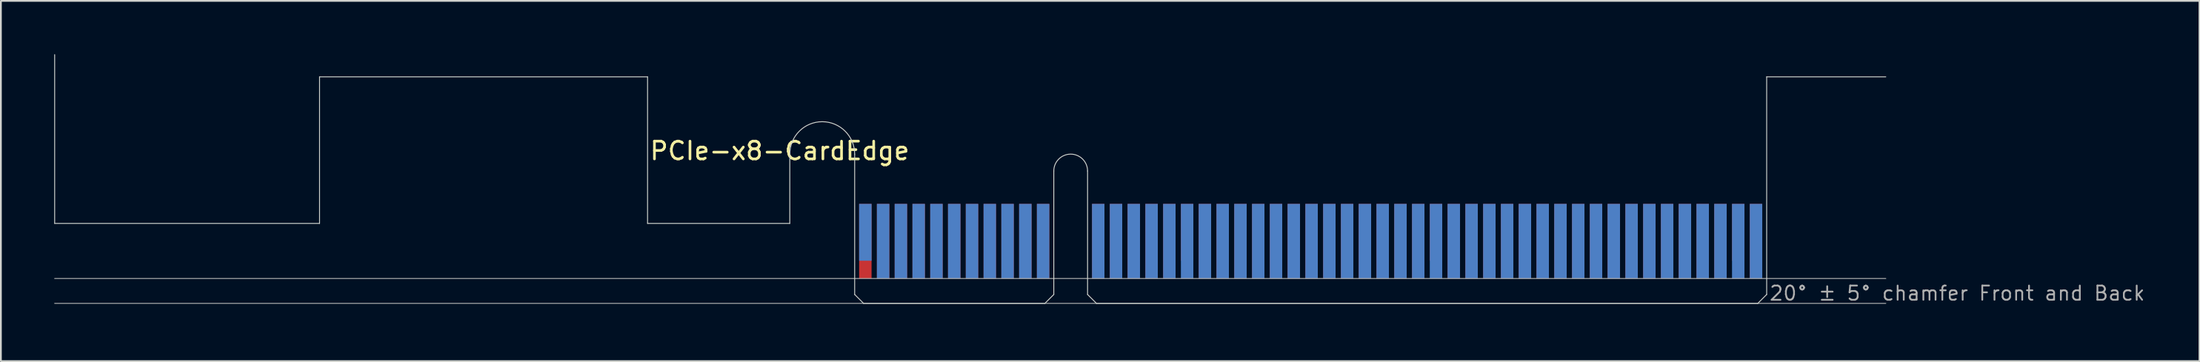
<source format=kicad_pcb>
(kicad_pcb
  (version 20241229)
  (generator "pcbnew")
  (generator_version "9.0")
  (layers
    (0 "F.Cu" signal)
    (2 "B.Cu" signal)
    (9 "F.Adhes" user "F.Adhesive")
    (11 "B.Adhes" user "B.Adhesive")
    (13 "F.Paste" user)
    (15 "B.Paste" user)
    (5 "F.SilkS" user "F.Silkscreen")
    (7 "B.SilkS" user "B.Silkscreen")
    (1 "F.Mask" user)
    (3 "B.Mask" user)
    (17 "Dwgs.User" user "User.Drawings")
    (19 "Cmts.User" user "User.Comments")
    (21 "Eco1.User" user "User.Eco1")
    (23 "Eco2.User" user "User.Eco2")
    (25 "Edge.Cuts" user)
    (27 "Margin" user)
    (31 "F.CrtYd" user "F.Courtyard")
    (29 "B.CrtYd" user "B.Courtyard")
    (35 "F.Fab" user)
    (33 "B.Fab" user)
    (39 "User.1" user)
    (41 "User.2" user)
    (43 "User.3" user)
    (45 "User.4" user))
  (footprint "PCIe-x8-CardEdge"
    (layer "F.Cu")
    (at 45.025 14.025)
    (property "Reference" "PCIe-x8-CardEdge" (at -11.6 -8 0) (layer "F.SilkS") (effects (font (size 1 1) (thickness 0.15)) (justify left bottom)))
    (attr exclude_from_pos_files exclude_from_bom)
    (fp_poly (pts (xy -3.65 -4.5) (xy -11.65 -4.5) (xy -11.65 -7.95) (xy -3.65 -7.95)) (stroke (width 0.1) (type solid)) (fill yes) (layer "F.Mask"))
    (fp_poly (pts (xy 11.2 -5.45) (xy 0 -5.45) (xy 0 0) (xy 11.2 0)) (stroke (width 0.1) (type solid)) (fill yes) (layer "F.Mask"))
    (fp_poly (pts (xy 51.3 -5.45) (xy 13.1 -5.45) (xy 13.1 0) (xy 51.3 0)) (stroke (width 0.1) (type solid)) (fill yes) (layer "F.Mask"))
    (fp_poly (pts (xy -3.65 -7.95) (xy -11.65 -7.95) (xy -11.65 -4.5) (xy -3.65 -4.5)) (stroke (width 0.1) (type solid)) (fill yes) (layer "B.Mask"))
    (fp_poly (pts (xy 11.2 0) (xy 0 0) (xy 0 -5.45) (xy 11.2 -5.45)) (stroke (width 0.1) (type solid)) (fill yes) (layer "B.Mask"))
    (fp_poly (pts (xy 51.3 -5.45) (xy 13.1 -5.45) (xy 13.1 0) (xy 51.3 0)) (stroke (width 0.1) (type solid)) (fill yes) (layer "B.Mask"))
    (fp_line (start -45 -4.5) (end -45 -14) (stroke (width 0.05) (type solid)) (layer "Edge.Cuts"))
    (fp_line (start -30.1 -12.75) (end -30.1 -4.5) (stroke (width 0.05) (type solid)) (layer "Edge.Cuts"))
    (fp_line (start -30.1 -4.5) (end -45 -4.5) (stroke (width 0.05) (type solid)) (layer "Edge.Cuts"))
    (fp_line (start -11.65 -12.75) (end -30.1 -12.75) (stroke (width 0.05) (type solid)) (layer "Edge.Cuts"))
    (fp_line (start -11.65 -4.5) (end -11.65 -12.75) (stroke (width 0.05) (type solid)) (layer "Edge.Cuts"))
    (fp_line (start -3.65 -4.5) (end -11.65 -4.5) (stroke (width 0.05) (type solid)) (layer "Edge.Cuts"))
    (fp_line (start -3.65 -4.5) (end -3.65 -8.4) (stroke (width 0.05) (type solid)) (layer "Edge.Cuts"))
    (fp_line (start 0 -0.5) (end 0 -8.4) (stroke (width 0.05) (type solid)) (layer "Edge.Cuts"))
    (fp_line (start 0.5 0) (end 0 -0.5) (stroke (width 0.05) (type solid)) (layer "Edge.Cuts"))
    (fp_line (start 0.5 0) (end 10.7 0) (stroke (width 0.05) (type solid)) (layer "Edge.Cuts"))
    (fp_line (start 10.7 0) (end 11.2 -0.5) (stroke (width 0.05) (type solid)) (layer "Edge.Cuts"))
    (fp_line (start 11.2 -0.5) (end 11.2 -7.45) (stroke (width 0.05) (type solid)) (layer "Edge.Cuts"))
    (fp_line (start 13.1 -0.5) (end 13.1 -7.45) (stroke (width 0.05) (type solid)) (layer "Edge.Cuts"))
    (fp_line (start 13.6 0) (end 13.1 -0.5) (stroke (width 0.05) (type solid)) (layer "Edge.Cuts"))
    (fp_line (start 50.8 0) (end 13.6 0) (stroke (width 0.05) (type solid)) (layer "Edge.Cuts"))
    (fp_line (start 50.8 0) (end 51.3 -0.5) (stroke (width 0.05) (type solid)) (layer "Edge.Cuts"))
    (fp_line (start 51.3 -12.75) (end 58 -12.75) (stroke (width 0.05) (type solid)) (layer "Edge.Cuts"))
    (fp_line (start 51.3 -0.5) (end 51.3 -12.75) (stroke (width 0.05) (type solid)) (layer "Edge.Cuts"))
    (fp_arc (start -3.65 -8.4) (mid -1.825 -10.225) (end 0 -8.4) (stroke (width 0.05) (type solid)) (layer "Edge.Cuts"))
    (fp_arc (start 11.2 -7.45) (mid 12.15 -8.4) (end 13.1 -7.45) (stroke (width 0.05) (type solid)) (layer "Edge.Cuts"))
    (fp_line (start -45 -1.4) (end 58 -1.4) (stroke (width 0.05) (type solid)) (layer "F.Fab"))
    (fp_line (start -45 0) (end 58 0) (stroke (width 0.05) (type solid)) (layer "F.Fab"))
    (fp_text user "20° ± 5° chamfer Front and Back" (at 51.4 -0.1 0) (layer "F.Fab") (effects (font (size 0.8 0.8) (thickness 0.1)) (justify left bottom)))
    (pad "A1" smd rect (at 0.6 -4) (size 0.7 3.2) (layers "B.Cu"))
    (pad "A2" smd rect (at 1.6 -3.5) (size 0.7 4.2) (layers "B.Cu"))
    (pad "A3" smd rect (at 2.6 -3.5) (size 0.7 4.2) (layers "B.Cu"))
    (pad "A4" smd rect (at 3.6 -3.5) (size 0.7 4.2) (layers "B.Cu"))
    (pad "A5" smd rect (at 4.6 -3.5) (size 0.7 4.2) (layers "B.Cu"))
    (pad "A6" smd rect (at 5.6 -3.5) (size 0.7 4.2) (layers "B.Cu"))
    (pad "A7" smd rect (at 6.6 -3.5) (size 0.7 4.2) (layers "B.Cu"))
    (pad "A8" smd rect (at 7.6 -3.5) (size 0.7 4.2) (layers "B.Cu"))
    (pad "A9" smd rect (at 8.6 -3.5) (size 0.7 4.2) (layers "B.Cu"))
    (pad "A10" smd rect (at 9.6 -3.5) (size 0.7 4.2) (layers "B.Cu"))
    (pad "A11" smd rect (at 10.6 -3.5) (size 0.7 4.2) (layers "B.Cu"))
    (pad "A12" smd rect (at 13.7 -3.5) (size 0.7 4.2) (layers "B.Cu"))
    (pad "A13" smd rect (at 14.7 -3.5) (size 0.7 4.2) (layers "B.Cu"))
    (pad "A14" smd rect (at 15.7 -3.5) (size 0.7 4.2) (layers "B.Cu"))
    (pad "A15" smd rect (at 16.7 -3.5) (size 0.7 4.2) (layers "B.Cu"))
    (pad "A16" smd rect (at 17.7 -3.5) (size 0.7 4.2) (layers "B.Cu"))
    (pad "A17" smd rect (at 18.7 -3.5) (size 0.7 4.2) (layers "B.Cu"))
    (pad "A18" smd rect (at 19.7 -3.5) (size 0.7 4.2) (layers "B.Cu"))
    (pad "A19" smd rect (at 20.7 -3.5) (size 0.7 4.2) (layers "B.Cu"))
    (pad "A20" smd rect (at 21.7 -3.5) (size 0.7 4.2) (layers "B.Cu"))
    (pad "A21" smd rect (at 22.7 -3.5) (size 0.7 4.2) (layers "B.Cu"))
    (pad "A22" smd rect (at 23.7 -3.5) (size 0.7 4.2) (layers "B.Cu"))
    (pad "A23" smd rect (at 24.7 -3.5) (size 0.7 4.2) (layers "B.Cu"))
    (pad "A24" smd rect (at 25.7 -3.5) (size 0.7 4.2) (layers "B.Cu"))
    (pad "A25" smd rect (at 26.7 -3.5) (size 0.7 4.2) (layers "B.Cu"))
    (pad "A26" smd rect (at 27.7 -3.5) (size 0.7 4.2) (layers "B.Cu"))
    (pad "A27" smd rect (at 28.7 -3.5) (size 0.7 4.2) (layers "B.Cu"))
    (pad "A28" smd rect (at 29.7 -3.5) (size 0.7 4.2) (layers "B.Cu"))
    (pad "A29" smd rect (at 30.7 -3.5) (size 0.7 4.2) (layers "B.Cu"))
    (pad "A30" smd rect (at 31.7 -3.5) (size 0.7 4.2) (layers "B.Cu"))
    (pad "A31" smd rect (at 32.7 -3.5) (size 0.7 4.2) (layers "B.Cu"))
    (pad "A32" smd rect (at 33.7 -3.5) (size 0.7 4.2) (layers "B.Cu"))
    (pad "A33" smd rect (at 34.7 -3.5) (size 0.7 4.2) (layers "B.Cu"))
    (pad "A34" smd rect (at 35.7 -3.5) (size 0.7 4.2) (layers "B.Cu"))
    (pad "A35" smd rect (at 36.7 -3.5) (size 0.7 4.2) (layers "B.Cu"))
    (pad "A36" smd rect (at 37.7 -3.5) (size 0.7 4.2) (layers "B.Cu"))
    (pad "A37" smd rect (at 38.7 -3.5) (size 0.7 4.2) (layers "B.Cu"))
    (pad "A38" smd rect (at 39.7 -3.5) (size 0.7 4.2) (layers "B.Cu"))
    (pad "A39" smd rect (at 40.7 -3.5) (size 0.7 4.2) (layers "B.Cu"))
    (pad "A40" smd rect (at 41.7 -3.5) (size 0.7 4.2) (layers "B.Cu"))
    (pad "A41" smd rect (at 42.7 -3.5) (size 0.7 4.2) (layers "B.Cu"))
    (pad "A42" smd rect (at 43.7 -3.5) (size 0.7 4.2) (layers "B.Cu"))
    (pad "A43" smd rect (at 44.7 -3.5) (size 0.7 4.2) (layers "B.Cu"))
    (pad "A44" smd rect (at 45.7 -3.5) (size 0.7 4.2) (layers "B.Cu"))
    (pad "A45" smd rect (at 46.7 -3.5) (size 0.7 4.2) (layers "B.Cu"))
    (pad "A46" smd rect (at 47.7 -3.5) (size 0.7 4.2) (layers "B.Cu"))
    (pad "A47" smd rect (at 48.7 -3.5) (size 0.7 4.2) (layers "B.Cu"))
    (pad "A48" smd rect (at 49.7 -3.5) (size 0.7 4.2) (layers "B.Cu"))
    (pad "A49" smd rect (at 50.7 -3.5) (size 0.7 4.2) (layers "B.Cu"))
    (pad "B1" smd rect (at 0.6 -3.5) (size 0.7 4.2) (layers "F.Cu"))
    (pad "B2" smd rect (at 1.6 -3.5) (size 0.7 4.2) (layers "F.Cu"))
    (pad "B3" smd rect (at 2.6 -3.5) (size 0.7 4.2) (layers "F.Cu"))
    (pad "B4" smd rect (at 3.6 -3.5) (size 0.7 4.2) (layers "F.Cu"))
    (pad "B5" smd rect (at 4.6 -3.5) (size 0.7 4.2) (layers "F.Cu"))
    (pad "B6" smd rect (at 5.6 -3.5) (size 0.7 4.2) (layers "F.Cu"))
    (pad "B7" smd rect (at 6.6 -3.5) (size 0.7 4.2) (layers "F.Cu"))
    (pad "B8" smd rect (at 7.6 -3.5) (size 0.7 4.2) (layers "F.Cu"))
    (pad "B9" smd rect (at 8.6 -3.5) (size 0.7 4.2) (layers "F.Cu"))
    (pad "B10" smd rect (at 9.6 -3.5) (size 0.7 4.2) (layers "F.Cu"))
    (pad "B11" smd rect (at 10.6 -3.5) (size 0.7 4.2) (layers "F.Cu"))
    (pad "B12" smd rect (at 13.7 -3.5) (size 0.7 4.2) (layers "F.Cu"))
    (pad "B13" smd rect (at 14.7 -3.5) (size 0.7 4.2) (layers "F.Cu"))
    (pad "B14" smd rect (at 15.7 -3.5) (size 0.7 4.2) (layers "F.Cu"))
    (pad "B15" smd rect (at 16.7 -3.5) (size 0.7 4.2) (layers "F.Cu"))
    (pad "B16" smd rect (at 17.7 -3.5) (size 0.7 4.2) (layers "F.Cu"))
    (pad "B17" smd rect (at 18.7 -4) (size 0.7 3.2) (layers "F.Cu"))
    (pad "B18" smd rect (at 19.7 -3.5) (size 0.7 4.2) (layers "F.Cu"))
    (pad "B19" smd rect (at 20.7 -3.5) (size 0.7 4.2) (layers "F.Cu"))
    (pad "B20" smd rect (at 21.7 -3.5) (size 0.7 4.2) (layers "F.Cu"))
    (pad "B21" smd rect (at 22.7 -3.5) (size 0.7 4.2) (layers "F.Cu"))
    (pad "B22" smd rect (at 23.7 -3.5) (size 0.7 4.2) (layers "F.Cu"))
    (pad "B23" smd rect (at 24.7 -3.5) (size 0.7 4.2) (layers "F.Cu"))
    (pad "B24" smd rect (at 25.7 -3.5) (size 0.7 4.2) (layers "F.Cu"))
    (pad "B25" smd rect (at 26.7 -3.5) (size 0.7 4.2) (layers "F.Cu"))
    (pad "B26" smd rect (at 27.7 -3.5) (size 0.7 4.2) (layers "F.Cu"))
    (pad "B27" smd rect (at 28.7 -3.5) (size 0.7 4.2) (layers "F.Cu"))
    (pad "B28" smd rect (at 29.7 -3.5) (size 0.7 4.2) (layers "F.Cu"))
    (pad "B29" smd rect (at 30.7 -3.5) (size 0.7 4.2) (layers "F.Cu"))
    (pad "B30" smd rect (at 31.7 -3.5) (size 0.7 4.2) (layers "F.Cu"))
    (pad "B31" smd rect (at 32.7 -4) (size 0.7 3.2) (layers "F.Cu"))
    (pad "B32" smd rect (at 33.7 -3.5) (size 0.7 4.2) (layers "F.Cu"))
    (pad "B33" smd rect (at 34.7 -3.5) (size 0.7 4.2) (layers "F.Cu"))
    (pad "B34" smd rect (at 35.7 -3.5) (size 0.7 4.2) (layers "F.Cu"))
    (pad "B35" smd rect (at 36.7 -3.5) (size 0.7 4.2) (layers "F.Cu"))
    (pad "B36" smd rect (at 37.7 -3.5) (size 0.7 4.2) (layers "F.Cu"))
    (pad "B37" smd rect (at 38.7 -3.5) (size 0.7 4.2) (layers "F.Cu"))
    (pad "B38" smd rect (at 39.7 -3.5) (size 0.7 4.2) (layers "F.Cu"))
    (pad "B39" smd rect (at 40.7 -3.5) (size 0.7 4.2) (layers "F.Cu"))
    (pad "B40" smd rect (at 41.7 -3.5) (size 0.7 4.2) (layers "F.Cu"))
    (pad "B41" smd rect (at 42.7 -3.5) (size 0.7 4.2) (layers "F.Cu"))
    (pad "B42" smd rect (at 43.7 -3.5) (size 0.7 4.2) (layers "F.Cu"))
    (pad "B43" smd rect (at 44.7 -3.5) (size 0.7 4.2) (layers "F.Cu"))
    (pad "B44" smd rect (at 45.7 -3.5) (size 0.7 4.2) (layers "F.Cu"))
    (pad "B45" smd rect (at 46.7 -3.5) (size 0.7 4.2) (layers "F.Cu"))
    (pad "B46" smd rect (at 47.7 -3.5) (size 0.7 4.2) (layers "F.Cu"))
    (pad "B47" smd rect (at 48.7 -3.5) (size 0.7 4.2) (layers "F.Cu"))
    (pad "B48" smd rect (at 49.7 -4) (size 0.7 3.2) (layers "F.Cu"))
    (pad "B49" smd rect (at 50.7 -3.5) (size 0.7 4.2) (layers "F.Cu")))
  (gr_rect
    (start -3 -3)
    (end 120.67 17.275)
    (stroke (width 0.1) (type default))
    (fill no)
    (layer "Edge.Cuts")))
</source>
